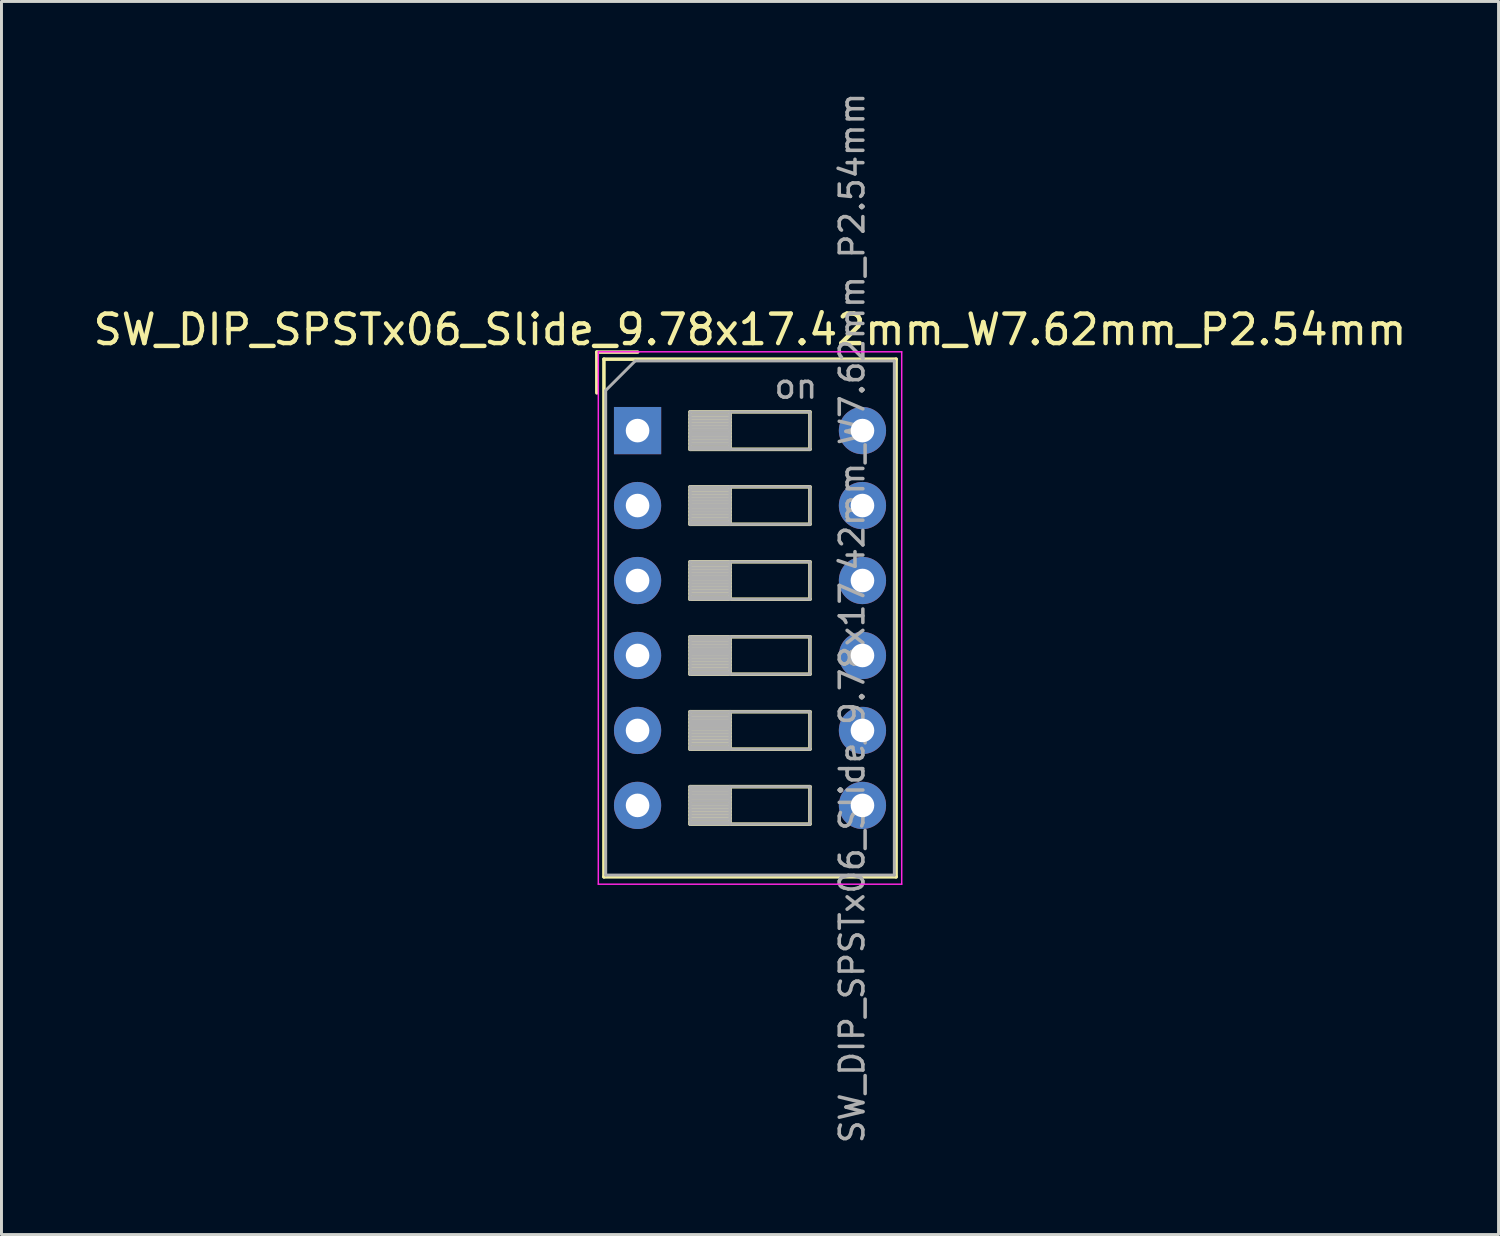
<source format=kicad_pcb>
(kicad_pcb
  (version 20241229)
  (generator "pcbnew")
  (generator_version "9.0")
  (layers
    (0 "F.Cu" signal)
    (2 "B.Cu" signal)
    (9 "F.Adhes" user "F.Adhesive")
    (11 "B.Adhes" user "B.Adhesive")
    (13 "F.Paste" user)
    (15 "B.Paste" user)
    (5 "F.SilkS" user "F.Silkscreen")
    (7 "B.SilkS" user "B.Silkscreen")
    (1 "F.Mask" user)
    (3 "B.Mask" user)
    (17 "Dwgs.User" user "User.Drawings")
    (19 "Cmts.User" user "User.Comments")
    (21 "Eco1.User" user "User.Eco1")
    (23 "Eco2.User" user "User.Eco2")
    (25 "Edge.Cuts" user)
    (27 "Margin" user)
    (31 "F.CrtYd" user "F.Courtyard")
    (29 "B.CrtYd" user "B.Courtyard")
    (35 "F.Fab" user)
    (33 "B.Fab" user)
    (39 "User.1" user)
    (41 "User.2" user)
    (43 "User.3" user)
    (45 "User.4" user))
  (footprint "SW_DIP_SPSTx06_Slide_9.78x17.42mm_W7.62mm_P2.54mm"
    (layer "F.Cu")
    (at 18.553 11.54)
    (property "Reference" "SW_DIP_SPSTx06_Slide_9.78x17.42mm_W7.62mm_P2.54mm" (at 3.81 -3.42 0) (layer "F.SilkS") (effects (font (size 1 1) (thickness 0.15))))
    (attr through_hole)
    (fp_line (start -1.38 -2.66) (end -1.38 -1.277) (stroke (width 0.12) (type solid)) (layer "F.SilkS"))
    (fp_line (start -1.38 -2.66) (end 0.003 -2.66) (stroke (width 0.12) (type solid)) (layer "F.SilkS"))
    (fp_line (start -1.14 -2.42) (end -1.14 15.12) (stroke (width 0.12) (type solid)) (layer "F.SilkS"))
    (fp_line (start -1.14 -2.42) (end 8.76 -2.42) (stroke (width 0.12) (type solid)) (layer "F.SilkS"))
    (fp_line (start -1.14 15.12) (end 8.76 15.12) (stroke (width 0.12) (type solid)) (layer "F.SilkS"))
    (fp_line (start 1.78 -0.635) (end 1.78 0.635) (stroke (width 0.12) (type solid)) (layer "F.SilkS"))
    (fp_line (start 1.78 -0.515) (end 3.133 -0.515) (stroke (width 0.12) (type solid)) (layer "F.SilkS"))
    (fp_line (start 1.78 -0.395) (end 3.133 -0.395) (stroke (width 0.12) (type solid)) (layer "F.SilkS"))
    (fp_line (start 1.78 -0.275) (end 3.133 -0.275) (stroke (width 0.12) (type solid)) (layer "F.SilkS"))
    (fp_line (start 1.78 -0.155) (end 3.133 -0.155) (stroke (width 0.12) (type solid)) (layer "F.SilkS"))
    (fp_line (start 1.78 -0.035) (end 3.133 -0.035) (stroke (width 0.12) (type solid)) (layer "F.SilkS"))
    (fp_line (start 1.78 0.085) (end 3.133 0.085) (stroke (width 0.12) (type solid)) (layer "F.SilkS"))
    (fp_line (start 1.78 0.205) (end 3.133 0.205) (stroke (width 0.12) (type solid)) (layer "F.SilkS"))
    (fp_line (start 1.78 0.325) (end 3.133 0.325) (stroke (width 0.12) (type solid)) (layer "F.SilkS"))
    (fp_line (start 1.78 0.445) (end 3.133 0.445) (stroke (width 0.12) (type solid)) (layer "F.SilkS"))
    (fp_line (start 1.78 0.565) (end 3.133 0.565) (stroke (width 0.12) (type solid)) (layer "F.SilkS"))
    (fp_line (start 1.78 0.635) (end 5.84 0.635) (stroke (width 0.12) (type solid)) (layer "F.SilkS"))
    (fp_line (start 1.78 1.905) (end 1.78 3.175) (stroke (width 0.12) (type solid)) (layer "F.SilkS"))
    (fp_line (start 1.78 2.025) (end 3.133 2.025) (stroke (width 0.12) (type solid)) (layer "F.SilkS"))
    (fp_line (start 1.78 2.145) (end 3.133 2.145) (stroke (width 0.12) (type solid)) (layer "F.SilkS"))
    (fp_line (start 1.78 2.265) (end 3.133 2.265) (stroke (width 0.12) (type solid)) (layer "F.SilkS"))
    (fp_line (start 1.78 2.385) (end 3.133 2.385) (stroke (width 0.12) (type solid)) (layer "F.SilkS"))
    (fp_line (start 1.78 2.505) (end 3.133 2.505) (stroke (width 0.12) (type solid)) (layer "F.SilkS"))
    (fp_line (start 1.78 2.625) (end 3.133 2.625) (stroke (width 0.12) (type solid)) (layer "F.SilkS"))
    (fp_line (start 1.78 2.745) (end 3.133 2.745) (stroke (width 0.12) (type solid)) (layer "F.SilkS"))
    (fp_line (start 1.78 2.865) (end 3.133 2.865) (stroke (width 0.12) (type solid)) (layer "F.SilkS"))
    (fp_line (start 1.78 2.985) (end 3.133 2.985) (stroke (width 0.12) (type solid)) (layer "F.SilkS"))
    (fp_line (start 1.78 3.105) (end 3.133 3.105) (stroke (width 0.12) (type solid)) (layer "F.SilkS"))
    (fp_line (start 1.78 3.175) (end 5.84 3.175) (stroke (width 0.12) (type solid)) (layer "F.SilkS"))
    (fp_line (start 1.78 4.445) (end 1.78 5.715) (stroke (width 0.12) (type solid)) (layer "F.SilkS"))
    (fp_line (start 1.78 4.565) (end 3.133 4.565) (stroke (width 0.12) (type solid)) (layer "F.SilkS"))
    (fp_line (start 1.78 4.685) (end 3.133 4.685) (stroke (width 0.12) (type solid)) (layer "F.SilkS"))
    (fp_line (start 1.78 4.805) (end 3.133 4.805) (stroke (width 0.12) (type solid)) (layer "F.SilkS"))
    (fp_line (start 1.78 4.925) (end 3.133 4.925) (stroke (width 0.12) (type solid)) (layer "F.SilkS"))
    (fp_line (start 1.78 5.045) (end 3.133 5.045) (stroke (width 0.12) (type solid)) (layer "F.SilkS"))
    (fp_line (start 1.78 5.165) (end 3.133 5.165) (stroke (width 0.12) (type solid)) (layer "F.SilkS"))
    (fp_line (start 1.78 5.285) (end 3.133 5.285) (stroke (width 0.12) (type solid)) (layer "F.SilkS"))
    (fp_line (start 1.78 5.405) (end 3.133 5.405) (stroke (width 0.12) (type solid)) (layer "F.SilkS"))
    (fp_line (start 1.78 5.525) (end 3.133 5.525) (stroke (width 0.12) (type solid)) (layer "F.SilkS"))
    (fp_line (start 1.78 5.645) (end 3.133 5.645) (stroke (width 0.12) (type solid)) (layer "F.SilkS"))
    (fp_line (start 1.78 5.715) (end 5.84 5.715) (stroke (width 0.12) (type solid)) (layer "F.SilkS"))
    (fp_line (start 1.78 6.985) (end 1.78 8.255) (stroke (width 0.12) (type solid)) (layer "F.SilkS"))
    (fp_line (start 1.78 7.105) (end 3.133 7.105) (stroke (width 0.12) (type solid)) (layer "F.SilkS"))
    (fp_line (start 1.78 7.225) (end 3.133 7.225) (stroke (width 0.12) (type solid)) (layer "F.SilkS"))
    (fp_line (start 1.78 7.345) (end 3.133 7.345) (stroke (width 0.12) (type solid)) (layer "F.SilkS"))
    (fp_line (start 1.78 7.465) (end 3.133 7.465) (stroke (width 0.12) (type solid)) (layer "F.SilkS"))
    (fp_line (start 1.78 7.585) (end 3.133 7.585) (stroke (width 0.12) (type solid)) (layer "F.SilkS"))
    (fp_line (start 1.78 7.705) (end 3.133 7.705) (stroke (width 0.12) (type solid)) (layer "F.SilkS"))
    (fp_line (start 1.78 7.825) (end 3.133 7.825) (stroke (width 0.12) (type solid)) (layer "F.SilkS"))
    (fp_line (start 1.78 7.945) (end 3.133 7.945) (stroke (width 0.12) (type solid)) (layer "F.SilkS"))
    (fp_line (start 1.78 8.065) (end 3.133 8.065) (stroke (width 0.12) (type solid)) (layer "F.SilkS"))
    (fp_line (start 1.78 8.185) (end 3.133 8.185) (stroke (width 0.12) (type solid)) (layer "F.SilkS"))
    (fp_line (start 1.78 8.255) (end 5.84 8.255) (stroke (width 0.12) (type solid)) (layer "F.SilkS"))
    (fp_line (start 1.78 9.525) (end 1.78 10.795) (stroke (width 0.12) (type solid)) (layer "F.SilkS"))
    (fp_line (start 1.78 9.645) (end 3.133 9.645) (stroke (width 0.12) (type solid)) (layer "F.SilkS"))
    (fp_line (start 1.78 9.765) (end 3.133 9.765) (stroke (width 0.12) (type solid)) (layer "F.SilkS"))
    (fp_line (start 1.78 9.885) (end 3.133 9.885) (stroke (width 0.12) (type solid)) (layer "F.SilkS"))
    (fp_line (start 1.78 10.005) (end 3.133 10.005) (stroke (width 0.12) (type solid)) (layer "F.SilkS"))
    (fp_line (start 1.78 10.125) (end 3.133 10.125) (stroke (width 0.12) (type solid)) (layer "F.SilkS"))
    (fp_line (start 1.78 10.245) (end 3.133 10.245) (stroke (width 0.12) (type solid)) (layer "F.SilkS"))
    (fp_line (start 1.78 10.365) (end 3.133 10.365) (stroke (width 0.12) (type solid)) (layer "F.SilkS"))
    (fp_line (start 1.78 10.485) (end 3.133 10.485) (stroke (width 0.12) (type solid)) (layer "F.SilkS"))
    (fp_line (start 1.78 10.605) (end 3.133 10.605) (stroke (width 0.12) (type solid)) (layer "F.SilkS"))
    (fp_line (start 1.78 10.725) (end 3.133 10.725) (stroke (width 0.12) (type solid)) (layer "F.SilkS"))
    (fp_line (start 1.78 10.795) (end 5.84 10.795) (stroke (width 0.12) (type solid)) (layer "F.SilkS"))
    (fp_line (start 1.78 12.065) (end 1.78 13.335) (stroke (width 0.12) (type solid)) (layer "F.SilkS"))
    (fp_line (start 1.78 12.185) (end 3.133 12.185) (stroke (width 0.12) (type solid)) (layer "F.SilkS"))
    (fp_line (start 1.78 12.305) (end 3.133 12.305) (stroke (width 0.12) (type solid)) (layer "F.SilkS"))
    (fp_line (start 1.78 12.425) (end 3.133 12.425) (stroke (width 0.12) (type solid)) (layer "F.SilkS"))
    (fp_line (start 1.78 12.545) (end 3.133 12.545) (stroke (width 0.12) (type solid)) (layer "F.SilkS"))
    (fp_line (start 1.78 12.665) (end 3.133 12.665) (stroke (width 0.12) (type solid)) (layer "F.SilkS"))
    (fp_line (start 1.78 12.785) (end 3.133 12.785) (stroke (width 0.12) (type solid)) (layer "F.SilkS"))
    (fp_line (start 1.78 12.905) (end 3.133 12.905) (stroke (width 0.12) (type solid)) (layer "F.SilkS"))
    (fp_line (start 1.78 13.025) (end 3.133 13.025) (stroke (width 0.12) (type solid)) (layer "F.SilkS"))
    (fp_line (start 1.78 13.145) (end 3.133 13.145) (stroke (width 0.12) (type solid)) (layer "F.SilkS"))
    (fp_line (start 1.78 13.265) (end 3.133 13.265) (stroke (width 0.12) (type solid)) (layer "F.SilkS"))
    (fp_line (start 1.78 13.335) (end 5.84 13.335) (stroke (width 0.12) (type solid)) (layer "F.SilkS"))
    (fp_line (start 3.133 -0.635) (end 3.133 0.635) (stroke (width 0.12) (type solid)) (layer "F.SilkS"))
    (fp_line (start 3.133 1.905) (end 3.133 3.175) (stroke (width 0.12) (type solid)) (layer "F.SilkS"))
    (fp_line (start 3.133 4.445) (end 3.133 5.715) (stroke (width 0.12) (type solid)) (layer "F.SilkS"))
    (fp_line (start 3.133 6.985) (end 3.133 8.255) (stroke (width 0.12) (type solid)) (layer "F.SilkS"))
    (fp_line (start 3.133 9.525) (end 3.133 10.795) (stroke (width 0.12) (type solid)) (layer "F.SilkS"))
    (fp_line (start 3.133 12.065) (end 3.133 13.335) (stroke (width 0.12) (type solid)) (layer "F.SilkS"))
    (fp_line (start 5.84 -0.635) (end 1.78 -0.635) (stroke (width 0.12) (type solid)) (layer "F.SilkS"))
    (fp_line (start 5.84 0.635) (end 5.84 -0.635) (stroke (width 0.12) (type solid)) (layer "F.SilkS"))
    (fp_line (start 5.84 1.905) (end 1.78 1.905) (stroke (width 0.12) (type solid)) (layer "F.SilkS"))
    (fp_line (start 5.84 3.175) (end 5.84 1.905) (stroke (width 0.12) (type solid)) (layer "F.SilkS"))
    (fp_line (start 5.84 4.445) (end 1.78 4.445) (stroke (width 0.12) (type solid)) (layer "F.SilkS"))
    (fp_line (start 5.84 5.715) (end 5.84 4.445) (stroke (width 0.12) (type solid)) (layer "F.SilkS"))
    (fp_line (start 5.84 6.985) (end 1.78 6.985) (stroke (width 0.12) (type solid)) (layer "F.SilkS"))
    (fp_line (start 5.84 8.255) (end 5.84 6.985) (stroke (width 0.12) (type solid)) (layer "F.SilkS"))
    (fp_line (start 5.84 9.525) (end 1.78 9.525) (stroke (width 0.12) (type solid)) (layer "F.SilkS"))
    (fp_line (start 5.84 10.795) (end 5.84 9.525) (stroke (width 0.12) (type solid)) (layer "F.SilkS"))
    (fp_line (start 5.84 12.065) (end 1.78 12.065) (stroke (width 0.12) (type solid)) (layer "F.SilkS"))
    (fp_line (start 5.84 13.335) (end 5.84 12.065) (stroke (width 0.12) (type solid)) (layer "F.SilkS"))
    (fp_line (start 8.76 -2.42) (end 8.76 15.12) (stroke (width 0.12) (type solid)) (layer "F.SilkS"))
    (fp_line (start -1.33 -2.67) (end -1.33 15.37) (stroke (width 0.05) (type solid)) (layer "F.CrtYd"))
    (fp_line (start -1.33 15.37) (end 8.95 15.37) (stroke (width 0.05) (type solid)) (layer "F.CrtYd"))
    (fp_line (start 8.95 -2.67) (end -1.33 -2.67) (stroke (width 0.05) (type solid)) (layer "F.CrtYd"))
    (fp_line (start 8.95 15.37) (end 8.95 -2.67) (stroke (width 0.05) (type solid)) (layer "F.CrtYd"))
    (fp_line (start -1.08 -1.36) (end -0.08 -2.36) (stroke (width 0.1) (type solid)) (layer "F.Fab"))
    (fp_line (start -1.08 15.06) (end -1.08 -1.36) (stroke (width 0.1) (type solid)) (layer "F.Fab"))
    (fp_line (start -0.08 -2.36) (end 8.7 -2.36) (stroke (width 0.1) (type solid)) (layer "F.Fab"))
    (fp_line (start 1.78 -0.635) (end 1.78 0.635) (stroke (width 0.1) (type solid)) (layer "F.Fab"))
    (fp_line (start 1.78 -0.535) (end 3.133 -0.535) (stroke (width 0.1) (type solid)) (layer "F.Fab"))
    (fp_line (start 1.78 -0.435) (end 3.133 -0.435) (stroke (width 0.1) (type solid)) (layer "F.Fab"))
    (fp_line (start 1.78 -0.335) (end 3.133 -0.335) (stroke (width 0.1) (type solid)) (layer "F.Fab"))
    (fp_line (start 1.78 -0.235) (end 3.133 -0.235) (stroke (width 0.1) (type solid)) (layer "F.Fab"))
    (fp_line (start 1.78 -0.135) (end 3.133 -0.135) (stroke (width 0.1) (type solid)) (layer "F.Fab"))
    (fp_line (start 1.78 -0.035) (end 3.133 -0.035) (stroke (width 0.1) (type solid)) (layer "F.Fab"))
    (fp_line (start 1.78 0.065) (end 3.133 0.065) (stroke (width 0.1) (type solid)) (layer "F.Fab"))
    (fp_line (start 1.78 0.165) (end 3.133 0.165) (stroke (width 0.1) (type solid)) (layer "F.Fab"))
    (fp_line (start 1.78 0.265) (end 3.133 0.265) (stroke (width 0.1) (type solid)) (layer "F.Fab"))
    (fp_line (start 1.78 0.365) (end 3.133 0.365) (stroke (width 0.1) (type solid)) (layer "F.Fab"))
    (fp_line (start 1.78 0.465) (end 3.133 0.465) (stroke (width 0.1) (type solid)) (layer "F.Fab"))
    (fp_line (start 1.78 0.565) (end 3.133 0.565) (stroke (width 0.1) (type solid)) (layer "F.Fab"))
    (fp_line (start 1.78 0.635) (end 5.84 0.635) (stroke (width 0.1) (type solid)) (layer "F.Fab"))
    (fp_line (start 1.78 1.905) (end 1.78 3.175) (stroke (width 0.1) (type solid)) (layer "F.Fab"))
    (fp_line (start 1.78 2.005) (end 3.133 2.005) (stroke (width 0.1) (type solid)) (layer "F.Fab"))
    (fp_line (start 1.78 2.105) (end 3.133 2.105) (stroke (width 0.1) (type solid)) (layer "F.Fab"))
    (fp_line (start 1.78 2.205) (end 3.133 2.205) (stroke (width 0.1) (type solid)) (layer "F.Fab"))
    (fp_line (start 1.78 2.305) (end 3.133 2.305) (stroke (width 0.1) (type solid)) (layer "F.Fab"))
    (fp_line (start 1.78 2.405) (end 3.133 2.405) (stroke (width 0.1) (type solid)) (layer "F.Fab"))
    (fp_line (start 1.78 2.505) (end 3.133 2.505) (stroke (width 0.1) (type solid)) (layer "F.Fab"))
    (fp_line (start 1.78 2.605) (end 3.133 2.605) (stroke (width 0.1) (type solid)) (layer "F.Fab"))
    (fp_line (start 1.78 2.705) (end 3.133 2.705) (stroke (width 0.1) (type solid)) (layer "F.Fab"))
    (fp_line (start 1.78 2.805) (end 3.133 2.805) (stroke (width 0.1) (type solid)) (layer "F.Fab"))
    (fp_line (start 1.78 2.905) (end 3.133 2.905) (stroke (width 0.1) (type solid)) (layer "F.Fab"))
    (fp_line (start 1.78 3.005) (end 3.133 3.005) (stroke (width 0.1) (type solid)) (layer "F.Fab"))
    (fp_line (start 1.78 3.105) (end 3.133 3.105) (stroke (width 0.1) (type solid)) (layer "F.Fab"))
    (fp_line (start 1.78 3.175) (end 5.84 3.175) (stroke (width 0.1) (type solid)) (layer "F.Fab"))
    (fp_line (start 1.78 4.445) (end 1.78 5.715) (stroke (width 0.1) (type solid)) (layer "F.Fab"))
    (fp_line (start 1.78 4.545) (end 3.133 4.545) (stroke (width 0.1) (type solid)) (layer "F.Fab"))
    (fp_line (start 1.78 4.645) (end 3.133 4.645) (stroke (width 0.1) (type solid)) (layer "F.Fab"))
    (fp_line (start 1.78 4.745) (end 3.133 4.745) (stroke (width 0.1) (type solid)) (layer "F.Fab"))
    (fp_line (start 1.78 4.845) (end 3.133 4.845) (stroke (width 0.1) (type solid)) (layer "F.Fab"))
    (fp_line (start 1.78 4.945) (end 3.133 4.945) (stroke (width 0.1) (type solid)) (layer "F.Fab"))
    (fp_line (start 1.78 5.045) (end 3.133 5.045) (stroke (width 0.1) (type solid)) (layer "F.Fab"))
    (fp_line (start 1.78 5.145) (end 3.133 5.145) (stroke (width 0.1) (type solid)) (layer "F.Fab"))
    (fp_line (start 1.78 5.245) (end 3.133 5.245) (stroke (width 0.1) (type solid)) (layer "F.Fab"))
    (fp_line (start 1.78 5.345) (end 3.133 5.345) (stroke (width 0.1) (type solid)) (layer "F.Fab"))
    (fp_line (start 1.78 5.445) (end 3.133 5.445) (stroke (width 0.1) (type solid)) (layer "F.Fab"))
    (fp_line (start 1.78 5.545) (end 3.133 5.545) (stroke (width 0.1) (type solid)) (layer "F.Fab"))
    (fp_line (start 1.78 5.645) (end 3.133 5.645) (stroke (width 0.1) (type solid)) (layer "F.Fab"))
    (fp_line (start 1.78 5.715) (end 5.84 5.715) (stroke (width 0.1) (type solid)) (layer "F.Fab"))
    (fp_line (start 1.78 6.985) (end 1.78 8.255) (stroke (width 0.1) (type solid)) (layer "F.Fab"))
    (fp_line (start 1.78 7.085) (end 3.133 7.085) (stroke (width 0.1) (type solid)) (layer "F.Fab"))
    (fp_line (start 1.78 7.185) (end 3.133 7.185) (stroke (width 0.1) (type solid)) (layer "F.Fab"))
    (fp_line (start 1.78 7.285) (end 3.133 7.285) (stroke (width 0.1) (type solid)) (layer "F.Fab"))
    (fp_line (start 1.78 7.385) (end 3.133 7.385) (stroke (width 0.1) (type solid)) (layer "F.Fab"))
    (fp_line (start 1.78 7.485) (end 3.133 7.485) (stroke (width 0.1) (type solid)) (layer "F.Fab"))
    (fp_line (start 1.78 7.585) (end 3.133 7.585) (stroke (width 0.1) (type solid)) (layer "F.Fab"))
    (fp_line (start 1.78 7.685) (end 3.133 7.685) (stroke (width 0.1) (type solid)) (layer "F.Fab"))
    (fp_line (start 1.78 7.785) (end 3.133 7.785) (stroke (width 0.1) (type solid)) (layer "F.Fab"))
    (fp_line (start 1.78 7.885) (end 3.133 7.885) (stroke (width 0.1) (type solid)) (layer "F.Fab"))
    (fp_line (start 1.78 7.985) (end 3.133 7.985) (stroke (width 0.1) (type solid)) (layer "F.Fab"))
    (fp_line (start 1.78 8.085) (end 3.133 8.085) (stroke (width 0.1) (type solid)) (layer "F.Fab"))
    (fp_line (start 1.78 8.185) (end 3.133 8.185) (stroke (width 0.1) (type solid)) (layer "F.Fab"))
    (fp_line (start 1.78 8.255) (end 5.84 8.255) (stroke (width 0.1) (type solid)) (layer "F.Fab"))
    (fp_line (start 1.78 9.525) (end 1.78 10.795) (stroke (width 0.1) (type solid)) (layer "F.Fab"))
    (fp_line (start 1.78 9.625) (end 3.133 9.625) (stroke (width 0.1) (type solid)) (layer "F.Fab"))
    (fp_line (start 1.78 9.725) (end 3.133 9.725) (stroke (width 0.1) (type solid)) (layer "F.Fab"))
    (fp_line (start 1.78 9.825) (end 3.133 9.825) (stroke (width 0.1) (type solid)) (layer "F.Fab"))
    (fp_line (start 1.78 9.925) (end 3.133 9.925) (stroke (width 0.1) (type solid)) (layer "F.Fab"))
    (fp_line (start 1.78 10.025) (end 3.133 10.025) (stroke (width 0.1) (type solid)) (layer "F.Fab"))
    (fp_line (start 1.78 10.125) (end 3.133 10.125) (stroke (width 0.1) (type solid)) (layer "F.Fab"))
    (fp_line (start 1.78 10.225) (end 3.133 10.225) (stroke (width 0.1) (type solid)) (layer "F.Fab"))
    (fp_line (start 1.78 10.325) (end 3.133 10.325) (stroke (width 0.1) (type solid)) (layer "F.Fab"))
    (fp_line (start 1.78 10.425) (end 3.133 10.425) (stroke (width 0.1) (type solid)) (layer "F.Fab"))
    (fp_line (start 1.78 10.525) (end 3.133 10.525) (stroke (width 0.1) (type solid)) (layer "F.Fab"))
    (fp_line (start 1.78 10.625) (end 3.133 10.625) (stroke (width 0.1) (type solid)) (layer "F.Fab"))
    (fp_line (start 1.78 10.725) (end 3.133 10.725) (stroke (width 0.1) (type solid)) (layer "F.Fab"))
    (fp_line (start 1.78 10.795) (end 5.84 10.795) (stroke (width 0.1) (type solid)) (layer "F.Fab"))
    (fp_line (start 1.78 12.065) (end 1.78 13.335) (stroke (width 0.1) (type solid)) (layer "F.Fab"))
    (fp_line (start 1.78 12.165) (end 3.133 12.165) (stroke (width 0.1) (type solid)) (layer "F.Fab"))
    (fp_line (start 1.78 12.265) (end 3.133 12.265) (stroke (width 0.1) (type solid)) (layer "F.Fab"))
    (fp_line (start 1.78 12.365) (end 3.133 12.365) (stroke (width 0.1) (type solid)) (layer "F.Fab"))
    (fp_line (start 1.78 12.465) (end 3.133 12.465) (stroke (width 0.1) (type solid)) (layer "F.Fab"))
    (fp_line (start 1.78 12.565) (end 3.133 12.565) (stroke (width 0.1) (type solid)) (layer "F.Fab"))
    (fp_line (start 1.78 12.665) (end 3.133 12.665) (stroke (width 0.1) (type solid)) (layer "F.Fab"))
    (fp_line (start 1.78 12.765) (end 3.133 12.765) (stroke (width 0.1) (type solid)) (layer "F.Fab"))
    (fp_line (start 1.78 12.865) (end 3.133 12.865) (stroke (width 0.1) (type solid)) (layer "F.Fab"))
    (fp_line (start 1.78 12.965) (end 3.133 12.965) (stroke (width 0.1) (type solid)) (layer "F.Fab"))
    (fp_line (start 1.78 13.065) (end 3.133 13.065) (stroke (width 0.1) (type solid)) (layer "F.Fab"))
    (fp_line (start 1.78 13.165) (end 3.133 13.165) (stroke (width 0.1) (type solid)) (layer "F.Fab"))
    (fp_line (start 1.78 13.265) (end 3.133 13.265) (stroke (width 0.1) (type solid)) (layer "F.Fab"))
    (fp_line (start 1.78 13.335) (end 5.84 13.335) (stroke (width 0.1) (type solid)) (layer "F.Fab"))
    (fp_line (start 3.133 -0.635) (end 3.133 0.635) (stroke (width 0.1) (type solid)) (layer "F.Fab"))
    (fp_line (start 3.133 1.905) (end 3.133 3.175) (stroke (width 0.1) (type solid)) (layer "F.Fab"))
    (fp_line (start 3.133 4.445) (end 3.133 5.715) (stroke (width 0.1) (type solid)) (layer "F.Fab"))
    (fp_line (start 3.133 6.985) (end 3.133 8.255) (stroke (width 0.1) (type solid)) (layer "F.Fab"))
    (fp_line (start 3.133 9.525) (end 3.133 10.795) (stroke (width 0.1) (type solid)) (layer "F.Fab"))
    (fp_line (start 3.133 12.065) (end 3.133 13.335) (stroke (width 0.1) (type solid)) (layer "F.Fab"))
    (fp_line (start 5.84 -0.635) (end 1.78 -0.635) (stroke (width 0.1) (type solid)) (layer "F.Fab"))
    (fp_line (start 5.84 0.635) (end 5.84 -0.635) (stroke (width 0.1) (type solid)) (layer "F.Fab"))
    (fp_line (start 5.84 1.905) (end 1.78 1.905) (stroke (width 0.1) (type solid)) (layer "F.Fab"))
    (fp_line (start 5.84 3.175) (end 5.84 1.905) (stroke (width 0.1) (type solid)) (layer "F.Fab"))
    (fp_line (start 5.84 4.445) (end 1.78 4.445) (stroke (width 0.1) (type solid)) (layer "F.Fab"))
    (fp_line (start 5.84 5.715) (end 5.84 4.445) (stroke (width 0.1) (type solid)) (layer "F.Fab"))
    (fp_line (start 5.84 6.985) (end 1.78 6.985) (stroke (width 0.1) (type solid)) (layer "F.Fab"))
    (fp_line (start 5.84 8.255) (end 5.84 6.985) (stroke (width 0.1) (type solid)) (layer "F.Fab"))
    (fp_line (start 5.84 9.525) (end 1.78 9.525) (stroke (width 0.1) (type solid)) (layer "F.Fab"))
    (fp_line (start 5.84 10.795) (end 5.84 9.525) (stroke (width 0.1) (type solid)) (layer "F.Fab"))
    (fp_line (start 5.84 12.065) (end 1.78 12.065) (stroke (width 0.1) (type solid)) (layer "F.Fab"))
    (fp_line (start 5.84 13.335) (end 5.84 12.065) (stroke (width 0.1) (type solid)) (layer "F.Fab"))
    (fp_line (start 8.7 -2.36) (end 8.7 15.06) (stroke (width 0.1) (type solid)) (layer "F.Fab"))
    (fp_line (start 8.7 15.06) (end -1.08 15.06) (stroke (width 0.1) (type solid)) (layer "F.Fab"))
    (fp_text user "${REFERENCE}" (at 7.27 6.35 90) (layer "F.Fab") (effects (font (size 0.8 0.8) (thickness 0.12))))
    (fp_text user "on" (at 5.365 -1.498 0) (layer "F.Fab") (effects (font (size 0.8 0.8) (thickness 0.12))))
    (pad "1" thru_hole rect (at 0 0) (size 1.6 1.6) (drill 0.8) (layers "*.Cu" "*.Mask"))
    (pad "2" thru_hole circle (at 0 2.54) (size 1.6 1.6) (drill 0.8) (layers "*.Cu" "*.Mask"))
    (pad "3" thru_hole circle (at 0 5.08) (size 1.6 1.6) (drill 0.8) (layers "*.Cu" "*.Mask"))
    (pad "4" thru_hole circle (at 0 7.62) (size 1.6 1.6) (drill 0.8) (layers "*.Cu" "*.Mask"))
    (pad "5" thru_hole circle (at 0 10.16) (size 1.6 1.6) (drill 0.8) (layers "*.Cu" "*.Mask"))
    (pad "6" thru_hole circle (at 0 12.7) (size 1.6 1.6) (drill 0.8) (layers "*.Cu" "*.Mask"))
    (pad "7" thru_hole circle (at 7.62 12.7) (size 1.6 1.6) (drill 0.8) (layers "*.Cu" "*.Mask"))
    (pad "8" thru_hole circle (at 7.62 10.16) (size 1.6 1.6) (drill 0.8) (layers "*.Cu" "*.Mask"))
    (pad "9" thru_hole circle (at 7.62 7.62) (size 1.6 1.6) (drill 0.8) (layers "*.Cu" "*.Mask"))
    (pad "10" thru_hole circle (at 7.62 5.08) (size 1.6 1.6) (drill 0.8) (layers "*.Cu" "*.Mask"))
    (pad "11" thru_hole circle (at 7.62 2.54) (size 1.6 1.6) (drill 0.8) (layers "*.Cu" "*.Mask"))
    (pad "12" thru_hole circle (at 7.62 0) (size 1.6 1.6) (drill 0.8) (layers "*.Cu" "*.Mask")))
  (gr_rect
    (start -3 -3)
    (end 47.726 38.781)
    (stroke (width 0.1) (type default))
    (fill no)
    (layer "Edge.Cuts")))
</source>
